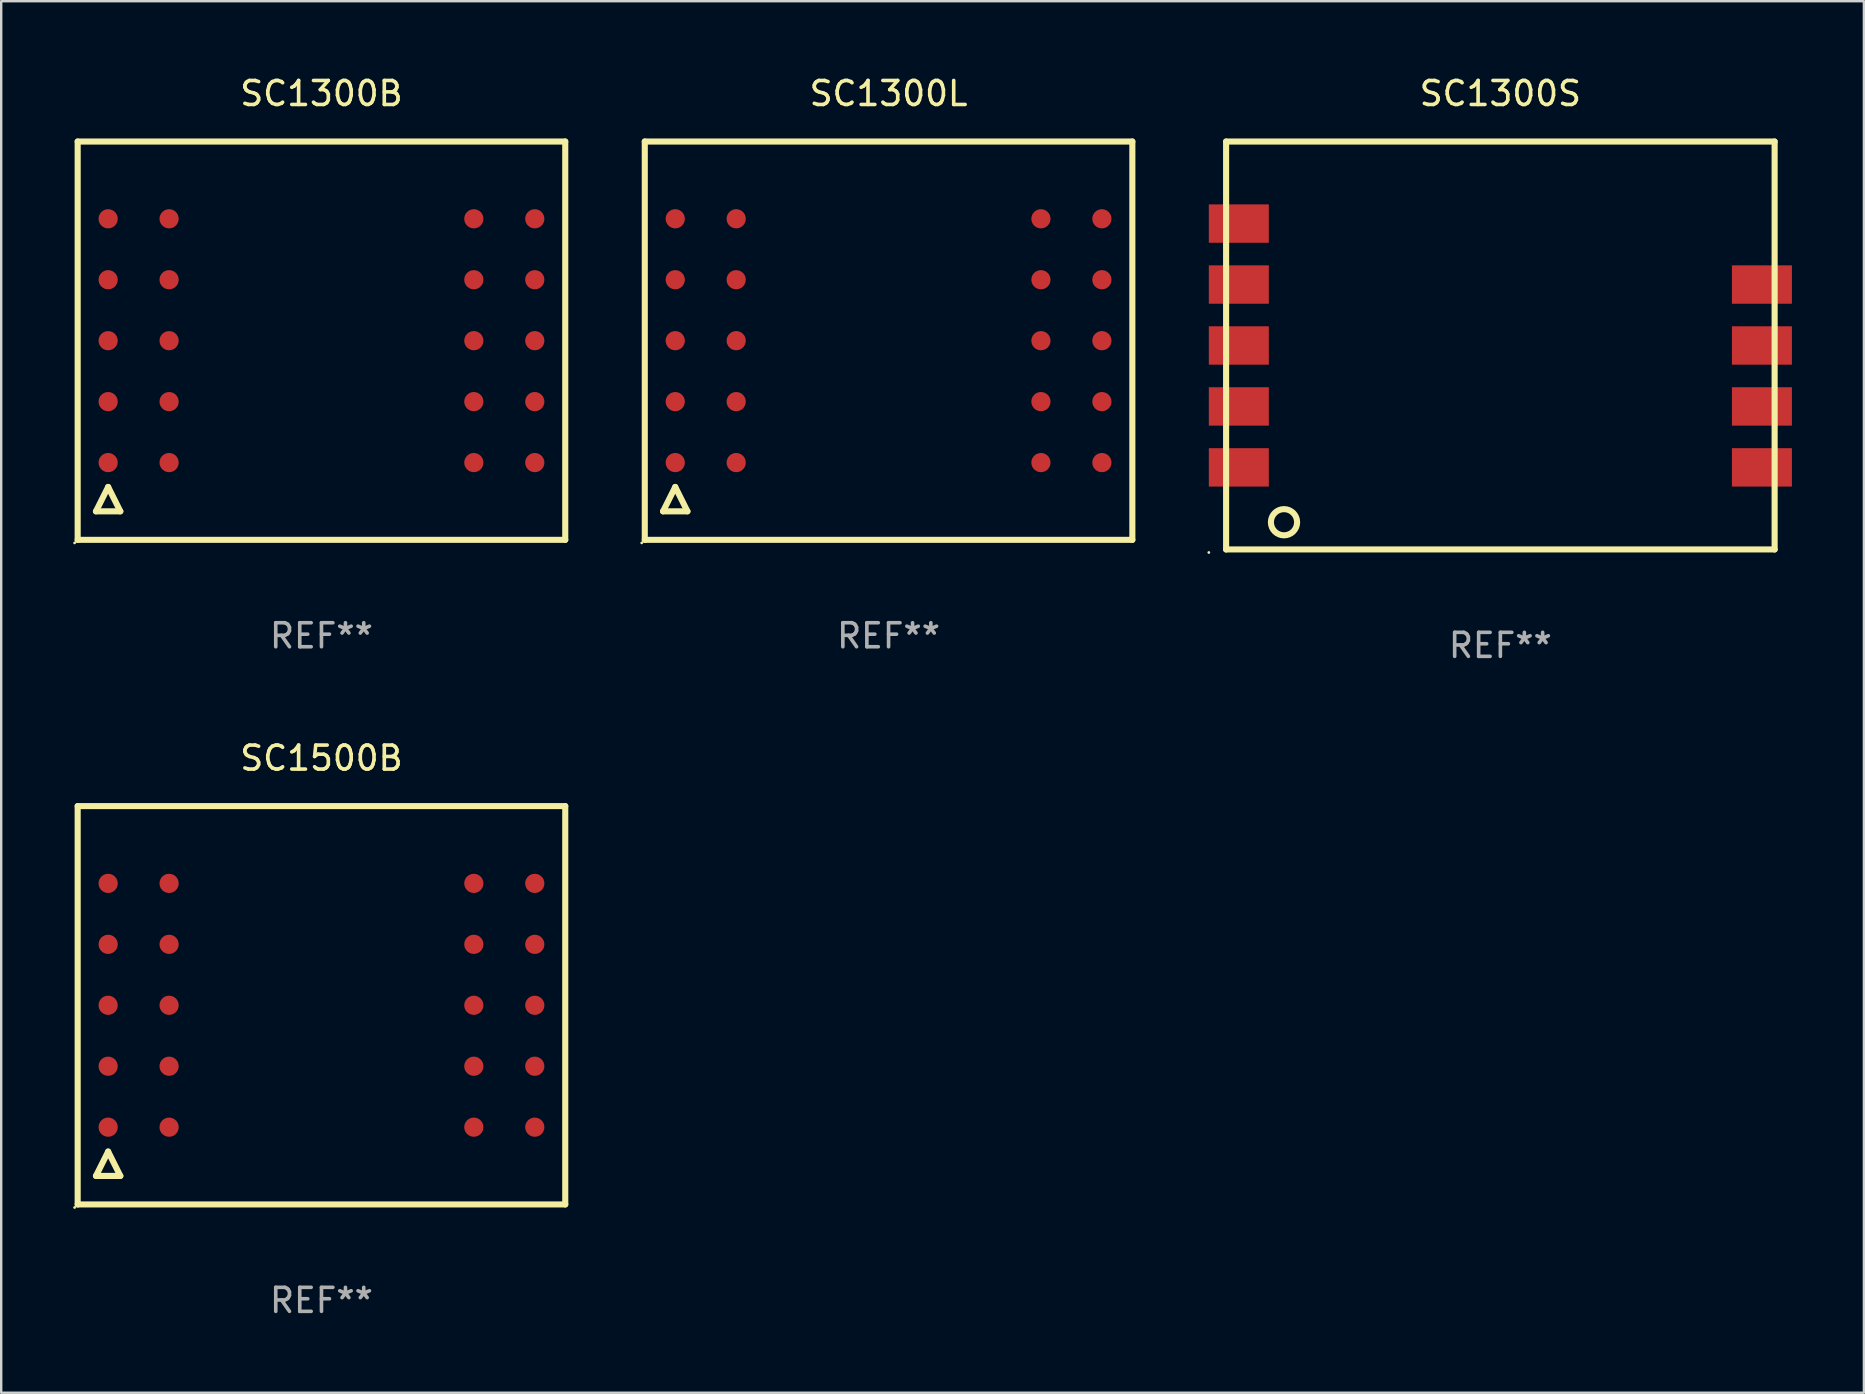
<source format=kicad_pcb>
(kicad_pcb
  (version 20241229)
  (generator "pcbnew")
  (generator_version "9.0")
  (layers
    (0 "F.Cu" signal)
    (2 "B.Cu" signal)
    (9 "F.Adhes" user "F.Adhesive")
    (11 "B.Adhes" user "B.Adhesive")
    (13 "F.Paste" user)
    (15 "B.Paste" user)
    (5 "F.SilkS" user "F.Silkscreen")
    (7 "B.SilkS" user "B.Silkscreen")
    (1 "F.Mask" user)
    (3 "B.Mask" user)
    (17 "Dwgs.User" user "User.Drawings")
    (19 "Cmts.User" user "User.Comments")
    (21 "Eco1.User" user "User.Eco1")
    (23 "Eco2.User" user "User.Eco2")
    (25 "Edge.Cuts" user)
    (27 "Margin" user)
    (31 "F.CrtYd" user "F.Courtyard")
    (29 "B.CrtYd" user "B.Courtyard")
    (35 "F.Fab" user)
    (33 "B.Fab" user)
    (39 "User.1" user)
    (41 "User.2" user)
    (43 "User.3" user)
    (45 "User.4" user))
  (footprint "SC1500B"
    (layer "F.Cu")
    (at 10.347 38.845)
    (property "Reference" "SC1500B" (at 0 -10.3 0) (layer "F.SilkS") (effects (font (size 1 1) (thickness 0.15))))
    (attr through_hole)
    (fp_line (start -10.16 -8.3) (end 10.16 -8.3) (stroke (width 0.254) (type solid)) (layer "F.SilkS"))
    (fp_line (start -10.16 8.3) (end -10.16 -8.3) (stroke (width 0.254) (type solid)) (layer "F.SilkS"))
    (fp_line (start -9.398 7.112) (end -8.382 7.112) (stroke (width 0.254) (type solid)) (layer "F.SilkS"))
    (fp_line (start -8.89 6.096) (end -9.398 7.112) (stroke (width 0.254) (type solid)) (layer "F.SilkS"))
    (fp_line (start -8.382 7.112) (end -8.89 6.096) (stroke (width 0.254) (type solid)) (layer "F.SilkS"))
    (fp_line (start 10.16 -8.3) (end 10.16 8.3) (stroke (width 0.254) (type solid)) (layer "F.SilkS"))
    (fp_line (start 10.16 8.3) (end -10.16 8.3) (stroke (width 0.254) (type solid)) (layer "F.SilkS"))
    (fp_circle (center -10.287 8.427) (end -10.257 8.427) (stroke (width 0.06) (type solid)) (fill no) (layer "F.SilkS"))
    (fp_text user "REF**" (at 0 12.3 0) (layer "F.Fab") (effects (font (size 1 1) (thickness 0.15))))
    (pad "A1" smd circle (at -8.89 5.08) (size 0.8 0.8) (layers "F.Cu" "F.Mask" "F.Paste"))
    (pad "A2" smd circle (at -8.89 2.54) (size 0.8 0.8) (layers "F.Cu" "F.Mask" "F.Paste"))
    (pad "A3" smd circle (at -8.89 0) (size 0.8 0.8) (layers "F.Cu" "F.Mask" "F.Paste"))
    (pad "A4" smd circle (at -8.89 -2.54) (size 0.8 0.8) (layers "F.Cu" "F.Mask" "F.Paste"))
    (pad "A5" smd circle (at -8.89 -5.08) (size 0.8 0.8) (layers "F.Cu" "F.Mask" "F.Paste"))
    (pad "B1" smd circle (at -6.35 5.08) (size 0.8 0.8) (layers "F.Cu" "F.Mask" "F.Paste"))
    (pad "B2" smd circle (at -6.35 2.54) (size 0.8 0.8) (layers "F.Cu" "F.Mask" "F.Paste"))
    (pad "B3" smd circle (at -6.35 0) (size 0.8 0.8) (layers "F.Cu" "F.Mask" "F.Paste"))
    (pad "B4" smd circle (at -6.35 -2.54) (size 0.8 0.8) (layers "F.Cu" "F.Mask" "F.Paste"))
    (pad "B5" smd circle (at -6.35 -5.08) (size 0.8 0.8) (layers "F.Cu" "F.Mask" "F.Paste"))
    (pad "G1" smd circle (at 6.35 5.08) (size 0.8 0.8) (layers "F.Cu" "F.Mask" "F.Paste"))
    (pad "G2" smd circle (at 6.35 2.54) (size 0.8 0.8) (layers "F.Cu" "F.Mask" "F.Paste"))
    (pad "G3" smd circle (at 6.35 0) (size 0.8 0.8) (layers "F.Cu" "F.Mask" "F.Paste"))
    (pad "G4" smd circle (at 6.35 -2.54) (size 0.8 0.8) (layers "F.Cu" "F.Mask" "F.Paste"))
    (pad "G5" smd circle (at 6.35 -5.08) (size 0.8 0.8) (layers "F.Cu" "F.Mask" "F.Paste"))
    (pad "H1" smd circle (at 8.89 5.08) (size 0.8 0.8) (layers "F.Cu" "F.Mask" "F.Paste"))
    (pad "H2" smd circle (at 8.89 2.54) (size 0.8 0.8) (layers "F.Cu" "F.Mask" "F.Paste"))
    (pad "H3" smd circle (at 8.89 0) (size 0.8 0.8) (layers "F.Cu" "F.Mask" "F.Paste"))
    (pad "H4" smd circle (at 8.89 -2.54) (size 0.8 0.8) (layers "F.Cu" "F.Mask" "F.Paste"))
    (pad "H5" smd circle (at 8.89 -5.08) (size 0.8 0.8) (layers "F.Cu" "F.Mask" "F.Paste")))
  (footprint "SC1300L"
    (layer "F.Cu")
    (at 33.981 11.148)
    (property "Reference" "SC1300L" (at 0 -10.3 0) (layer "F.SilkS") (effects (font (size 1 1) (thickness 0.15))))
    (attr through_hole)
    (fp_line (start -10.16 -8.3) (end 10.16 -8.3) (stroke (width 0.254) (type solid)) (layer "F.SilkS"))
    (fp_line (start -10.16 8.3) (end -10.16 -8.3) (stroke (width 0.254) (type solid)) (layer "F.SilkS"))
    (fp_line (start -9.398 7.112) (end -8.382 7.112) (stroke (width 0.254) (type solid)) (layer "F.SilkS"))
    (fp_line (start -8.89 6.096) (end -9.398 7.112) (stroke (width 0.254) (type solid)) (layer "F.SilkS"))
    (fp_line (start -8.382 7.112) (end -8.89 6.096) (stroke (width 0.254) (type solid)) (layer "F.SilkS"))
    (fp_line (start 10.16 -8.3) (end 10.16 8.3) (stroke (width 0.254) (type solid)) (layer "F.SilkS"))
    (fp_line (start 10.16 8.3) (end -10.16 8.3) (stroke (width 0.254) (type solid)) (layer "F.SilkS"))
    (fp_circle (center -10.287 8.427) (end -10.257 8.427) (stroke (width 0.06) (type solid)) (fill no) (layer "F.SilkS"))
    (fp_text user "REF**" (at 0 12.3 0) (layer "F.Fab") (effects (font (size 1 1) (thickness 0.15))))
    (pad "A1" smd circle (at -8.89 5.08) (size 0.8 0.8) (layers "F.Cu" "F.Mask" "F.Paste"))
    (pad "A2" smd circle (at -8.89 2.54) (size 0.8 0.8) (layers "F.Cu" "F.Mask" "F.Paste"))
    (pad "A3" smd circle (at -8.89 0) (size 0.8 0.8) (layers "F.Cu" "F.Mask" "F.Paste"))
    (pad "A4" smd circle (at -8.89 -2.54) (size 0.8 0.8) (layers "F.Cu" "F.Mask" "F.Paste"))
    (pad "A5" smd circle (at -8.89 -5.08) (size 0.8 0.8) (layers "F.Cu" "F.Mask" "F.Paste"))
    (pad "B1" smd circle (at -6.35 5.08) (size 0.8 0.8) (layers "F.Cu" "F.Mask" "F.Paste"))
    (pad "B2" smd circle (at -6.35 2.54) (size 0.8 0.8) (layers "F.Cu" "F.Mask" "F.Paste"))
    (pad "B3" smd circle (at -6.35 0) (size 0.8 0.8) (layers "F.Cu" "F.Mask" "F.Paste"))
    (pad "B4" smd circle (at -6.35 -2.54) (size 0.8 0.8) (layers "F.Cu" "F.Mask" "F.Paste"))
    (pad "B5" smd circle (at -6.35 -5.08) (size 0.8 0.8) (layers "F.Cu" "F.Mask" "F.Paste"))
    (pad "G1" smd circle (at 6.35 5.08) (size 0.8 0.8) (layers "F.Cu" "F.Mask" "F.Paste"))
    (pad "G2" smd circle (at 6.35 2.54) (size 0.8 0.8) (layers "F.Cu" "F.Mask" "F.Paste"))
    (pad "G3" smd circle (at 6.35 0) (size 0.8 0.8) (layers "F.Cu" "F.Mask" "F.Paste"))
    (pad "G4" smd circle (at 6.35 -2.54) (size 0.8 0.8) (layers "F.Cu" "F.Mask" "F.Paste"))
    (pad "G5" smd circle (at 6.35 -5.08) (size 0.8 0.8) (layers "F.Cu" "F.Mask" "F.Paste"))
    (pad "H1" smd circle (at 8.89 5.08) (size 0.8 0.8) (layers "F.Cu" "F.Mask" "F.Paste"))
    (pad "H2" smd circle (at 8.89 2.54) (size 0.8 0.8) (layers "F.Cu" "F.Mask" "F.Paste"))
    (pad "H3" smd circle (at 8.89 0) (size 0.8 0.8) (layers "F.Cu" "F.Mask" "F.Paste"))
    (pad "H4" smd circle (at 8.89 -2.54) (size 0.8 0.8) (layers "F.Cu" "F.Mask" "F.Paste"))
    (pad "H5" smd circle (at 8.89 -5.08) (size 0.8 0.8) (layers "F.Cu" "F.Mask" "F.Paste")))
  (footprint "SC1300S"
    (layer "F.Cu")
    (at 59.478 11.348)
    (property "Reference" "SC1300S" (at 0 -10.5 0) (layer "F.SilkS") (effects (font (size 1 1) (thickness 0.15))))
    (attr through_hole)
    (fp_line (start -11.43 -8.5) (end 11.43 -8.5) (stroke (width 0.254) (type solid)) (layer "F.SilkS"))
    (fp_line (start -11.43 8.5) (end -11.43 -8.5) (stroke (width 0.254) (type solid)) (layer "F.SilkS"))
    (fp_line (start 11.43 -8.5) (end 11.43 8.5) (stroke (width 0.254) (type solid)) (layer "F.SilkS"))
    (fp_line (start 11.43 8.5) (end -11.43 8.5) (stroke (width 0.254) (type solid)) (layer "F.SilkS"))
    (fp_circle (center -12.15 8.627) (end -12.12 8.627) (stroke (width 0.06) (type solid)) (fill no) (layer "F.SilkS"))
    (fp_circle (center -9.017 7.366) (end -8.471 7.366) (stroke (width 0.254) (type solid)) (fill no) (layer "F.SilkS"))
    (fp_text user "REF**" (at 0 12.5 0) (layer "F.Fab") (effects (font (size 1 1) (thickness 0.15))))
    (pad "1" smd rect (at -10.9 5.08) (size 2.5 1.6) (layers "F.Cu" "F.Mask" "F.Paste"))
    (pad "2" smd rect (at -10.9 2.54) (size 2.5 1.6) (layers "F.Cu" "F.Mask" "F.Paste"))
    (pad "3" smd rect (at -10.9 0) (size 2.5 1.6) (layers "F.Cu" "F.Mask" "F.Paste"))
    (pad "4" smd rect (at -10.9 -2.54) (size 2.5 1.6) (layers "F.Cu" "F.Mask" "F.Paste"))
    (pad "5" smd rect (at -10.9 -5.08) (size 2.5 1.6) (layers "F.Cu" "F.Mask" "F.Paste"))
    (pad "7" smd rect (at 10.9 -2.54) (size 2.5 1.6) (layers "F.Cu" "F.Mask" "F.Paste"))
    (pad "8" smd rect (at 10.9 0) (size 2.5 1.6) (layers "F.Cu" "F.Mask" "F.Paste"))
    (pad "9" smd rect (at 10.9 2.54) (size 2.5 1.6) (layers "F.Cu" "F.Mask" "F.Paste"))
    (pad "10" smd rect (at 10.9 5.08) (size 2.5 1.6) (layers "F.Cu" "F.Mask" "F.Paste")))
  (footprint "SC1300B"
    (layer "F.Cu")
    (at 10.347 11.148)
    (property "Reference" "SC1300B" (at 0 -10.3 0) (layer "F.SilkS") (effects (font (size 1 1) (thickness 0.15))))
    (attr through_hole)
    (fp_line (start -10.16 -8.3) (end 10.16 -8.3) (stroke (width 0.254) (type solid)) (layer "F.SilkS"))
    (fp_line (start -10.16 8.3) (end -10.16 -8.3) (stroke (width 0.254) (type solid)) (layer "F.SilkS"))
    (fp_line (start -9.398 7.112) (end -8.382 7.112) (stroke (width 0.254) (type solid)) (layer "F.SilkS"))
    (fp_line (start -8.89 6.096) (end -9.398 7.112) (stroke (width 0.254) (type solid)) (layer "F.SilkS"))
    (fp_line (start -8.382 7.112) (end -8.89 6.096) (stroke (width 0.254) (type solid)) (layer "F.SilkS"))
    (fp_line (start 10.16 -8.3) (end 10.16 8.3) (stroke (width 0.254) (type solid)) (layer "F.SilkS"))
    (fp_line (start 10.16 8.3) (end -10.16 8.3) (stroke (width 0.254) (type solid)) (layer "F.SilkS"))
    (fp_circle (center -10.287 8.427) (end -10.257 8.427) (stroke (width 0.06) (type solid)) (fill no) (layer "F.SilkS"))
    (fp_text user "REF**" (at 0 12.3 0) (layer "F.Fab") (effects (font (size 1 1) (thickness 0.15))))
    (pad "A1" smd circle (at -8.89 5.08) (size 0.8 0.8) (layers "F.Cu" "F.Mask" "F.Paste"))
    (pad "A2" smd circle (at -8.89 2.54) (size 0.8 0.8) (layers "F.Cu" "F.Mask" "F.Paste"))
    (pad "A3" smd circle (at -8.89 0) (size 0.8 0.8) (layers "F.Cu" "F.Mask" "F.Paste"))
    (pad "A4" smd circle (at -8.89 -2.54) (size 0.8 0.8) (layers "F.Cu" "F.Mask" "F.Paste"))
    (pad "A5" smd circle (at -8.89 -5.08) (size 0.8 0.8) (layers "F.Cu" "F.Mask" "F.Paste"))
    (pad "B1" smd circle (at -6.35 5.08) (size 0.8 0.8) (layers "F.Cu" "F.Mask" "F.Paste"))
    (pad "B2" smd circle (at -6.35 2.54) (size 0.8 0.8) (layers "F.Cu" "F.Mask" "F.Paste"))
    (pad "B3" smd circle (at -6.35 0) (size 0.8 0.8) (layers "F.Cu" "F.Mask" "F.Paste"))
    (pad "B4" smd circle (at -6.35 -2.54) (size 0.8 0.8) (layers "F.Cu" "F.Mask" "F.Paste"))
    (pad "B5" smd circle (at -6.35 -5.08) (size 0.8 0.8) (layers "F.Cu" "F.Mask" "F.Paste"))
    (pad "G1" smd circle (at 6.35 5.08) (size 0.8 0.8) (layers "F.Cu" "F.Mask" "F.Paste"))
    (pad "G2" smd circle (at 6.35 2.54) (size 0.8 0.8) (layers "F.Cu" "F.Mask" "F.Paste"))
    (pad "G3" smd circle (at 6.35 0) (size 0.8 0.8) (layers "F.Cu" "F.Mask" "F.Paste"))
    (pad "G4" smd circle (at 6.35 -2.54) (size 0.8 0.8) (layers "F.Cu" "F.Mask" "F.Paste"))
    (pad "G5" smd circle (at 6.35 -5.08) (size 0.8 0.8) (layers "F.Cu" "F.Mask" "F.Paste"))
    (pad "H1" smd circle (at 8.89 5.08) (size 0.8 0.8) (layers "F.Cu" "F.Mask" "F.Paste"))
    (pad "H2" smd circle (at 8.89 2.54) (size 0.8 0.8) (layers "F.Cu" "F.Mask" "F.Paste"))
    (pad "H3" smd circle (at 8.89 0) (size 0.8 0.8) (layers "F.Cu" "F.Mask" "F.Paste"))
    (pad "H4" smd circle (at 8.89 -2.54) (size 0.8 0.8) (layers "F.Cu" "F.Mask" "F.Paste"))
    (pad "H5" smd circle (at 8.89 -5.08) (size 0.8 0.8) (layers "F.Cu" "F.Mask" "F.Paste")))
  (gr_rect
    (start -3 -3)
    (end 74.628 54.993)
    (stroke (width 0.1) (type default))
    (fill no)
    (layer "Edge.Cuts")))
</source>
